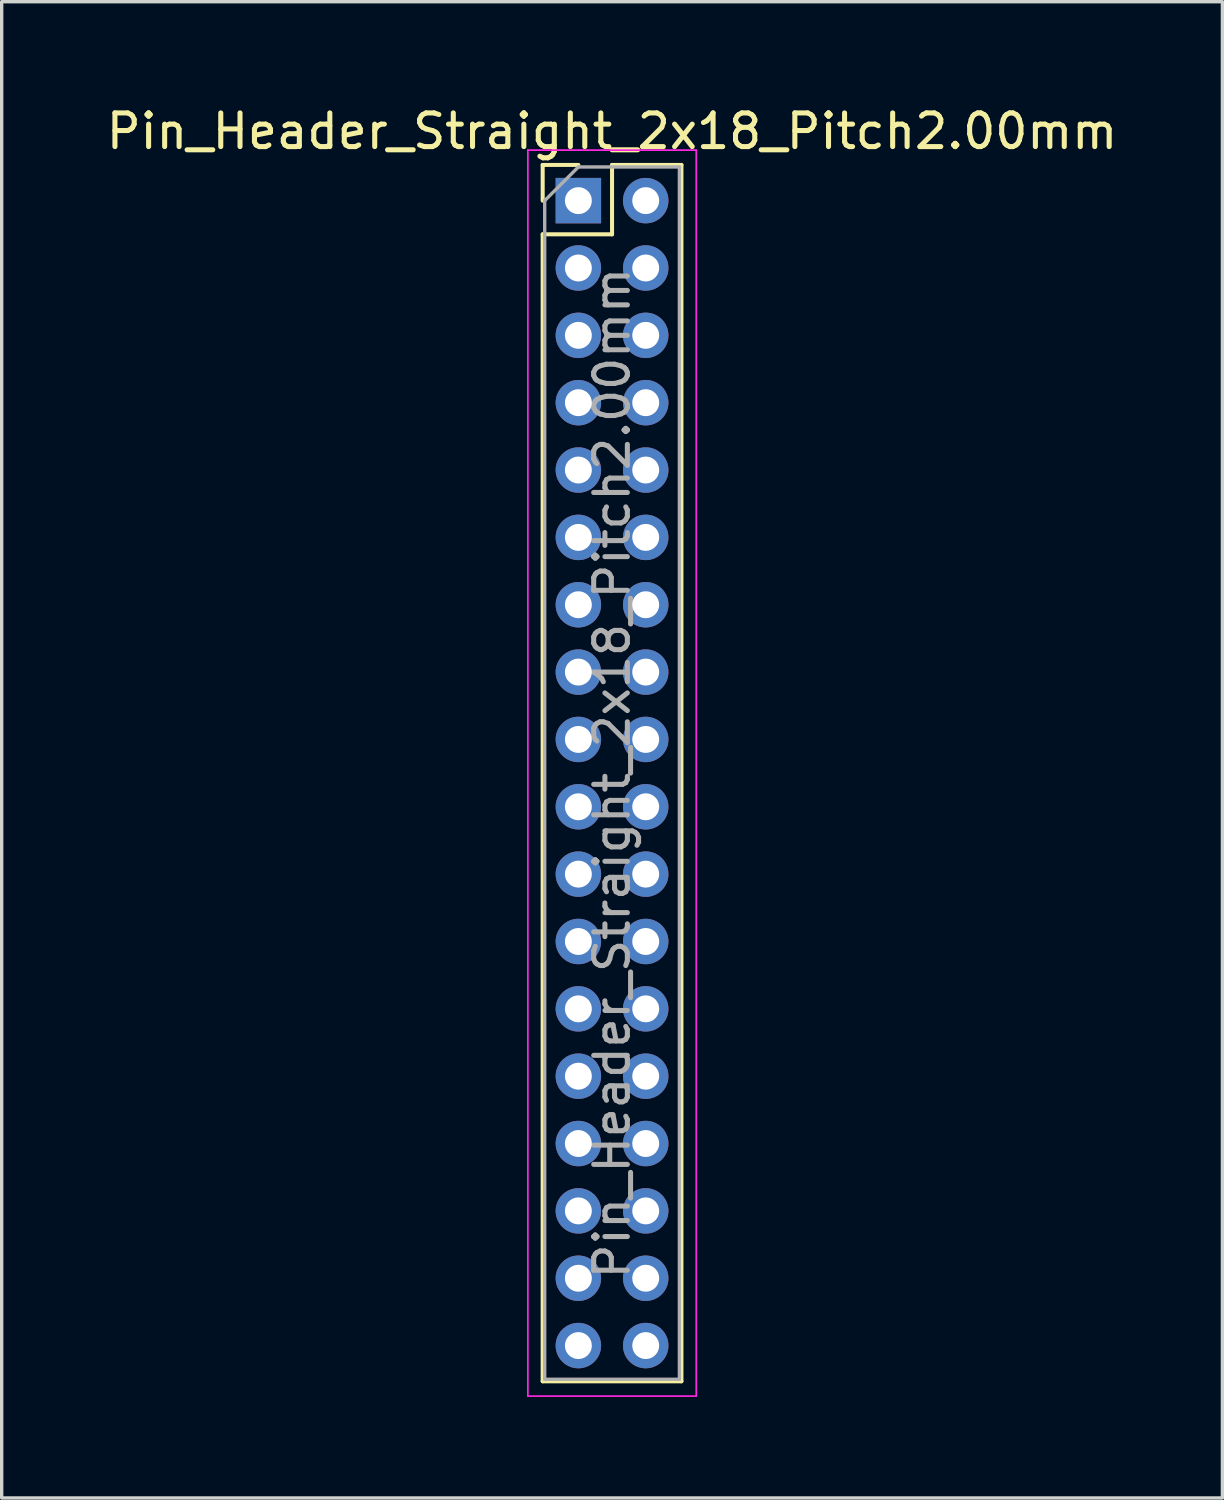
<source format=kicad_pcb>
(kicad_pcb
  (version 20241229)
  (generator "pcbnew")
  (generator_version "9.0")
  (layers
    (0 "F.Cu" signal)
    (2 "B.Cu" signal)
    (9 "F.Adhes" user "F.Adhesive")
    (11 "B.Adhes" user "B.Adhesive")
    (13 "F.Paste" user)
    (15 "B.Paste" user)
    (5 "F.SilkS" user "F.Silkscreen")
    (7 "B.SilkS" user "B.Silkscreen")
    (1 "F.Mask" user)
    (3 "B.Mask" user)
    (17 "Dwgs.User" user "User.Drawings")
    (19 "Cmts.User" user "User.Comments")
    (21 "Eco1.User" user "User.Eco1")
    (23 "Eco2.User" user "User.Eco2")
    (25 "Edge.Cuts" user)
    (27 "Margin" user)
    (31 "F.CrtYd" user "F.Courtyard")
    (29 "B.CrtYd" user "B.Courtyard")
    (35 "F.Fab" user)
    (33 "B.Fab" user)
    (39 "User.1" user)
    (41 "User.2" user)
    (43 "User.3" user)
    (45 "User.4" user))
  (footprint "Pin_Header_Straight_2x18_Pitch2.00mm"
    (layer "F.Cu")
    (at 14.125 2.908)
    (property "Reference" "Pin_Header_Straight_2x18_Pitch2.00mm" (at 1 -2.06 0) (layer "F.SilkS") (effects (font (size 1 1) (thickness 0.15))))
    (attr through_hole)
    (fp_line (start -1.06 -1.06) (end 0 -1.06) (stroke (width 0.12) (type solid)) (layer "F.SilkS"))
    (fp_line (start -1.06 0) (end -1.06 -1.06) (stroke (width 0.12) (type solid)) (layer "F.SilkS"))
    (fp_line (start -1.06 1) (end -1.06 35.06) (stroke (width 0.12) (type solid)) (layer "F.SilkS"))
    (fp_line (start -1.06 1) (end 1 1) (stroke (width 0.12) (type solid)) (layer "F.SilkS"))
    (fp_line (start -1.06 35.06) (end 3.06 35.06) (stroke (width 0.12) (type solid)) (layer "F.SilkS"))
    (fp_line (start 1 -1.06) (end 3.06 -1.06) (stroke (width 0.12) (type solid)) (layer "F.SilkS"))
    (fp_line (start 1 1) (end 1 -1.06) (stroke (width 0.12) (type solid)) (layer "F.SilkS"))
    (fp_line (start 3.06 -1.06) (end 3.06 35.06) (stroke (width 0.12) (type solid)) (layer "F.SilkS"))
    (fp_line (start -1.5 -1.5) (end -1.5 35.5) (stroke (width 0.05) (type solid)) (layer "F.CrtYd"))
    (fp_line (start -1.5 35.5) (end 3.5 35.5) (stroke (width 0.05) (type solid)) (layer "F.CrtYd"))
    (fp_line (start 3.5 -1.5) (end -1.5 -1.5) (stroke (width 0.05) (type solid)) (layer "F.CrtYd"))
    (fp_line (start 3.5 35.5) (end 3.5 -1.5) (stroke (width 0.05) (type solid)) (layer "F.CrtYd"))
    (fp_line (start -1 0) (end 0 -1) (stroke (width 0.1) (type solid)) (layer "F.Fab"))
    (fp_line (start -1 35) (end -1 0) (stroke (width 0.1) (type solid)) (layer "F.Fab"))
    (fp_line (start 0 -1) (end 3 -1) (stroke (width 0.1) (type solid)) (layer "F.Fab"))
    (fp_line (start 3 -1) (end 3 35) (stroke (width 0.1) (type solid)) (layer "F.Fab"))
    (fp_line (start 3 35) (end -1 35) (stroke (width 0.1) (type solid)) (layer "F.Fab"))
    (fp_text user "${REFERENCE}" (at 1 17 90) (layer "F.Fab") (effects (font (size 1 1) (thickness 0.15))))
    (pad "1" thru_hole rect (at 0 0) (size 1.35 1.35) (drill 0.8) (layers "*.Cu" "*.Mask"))
    (pad "2" thru_hole oval (at 2 0) (size 1.35 1.35) (drill 0.8) (layers "*.Cu" "*.Mask"))
    (pad "3" thru_hole oval (at 0 2) (size 1.35 1.35) (drill 0.8) (layers "*.Cu" "*.Mask"))
    (pad "4" thru_hole oval (at 2 2) (size 1.35 1.35) (drill 0.8) (layers "*.Cu" "*.Mask"))
    (pad "5" thru_hole oval (at 0 4) (size 1.35 1.35) (drill 0.8) (layers "*.Cu" "*.Mask"))
    (pad "6" thru_hole oval (at 2 4) (size 1.35 1.35) (drill 0.8) (layers "*.Cu" "*.Mask"))
    (pad "7" thru_hole oval (at 0 6) (size 1.35 1.35) (drill 0.8) (layers "*.Cu" "*.Mask"))
    (pad "8" thru_hole oval (at 2 6) (size 1.35 1.35) (drill 0.8) (layers "*.Cu" "*.Mask"))
    (pad "9" thru_hole oval (at 0 8) (size 1.35 1.35) (drill 0.8) (layers "*.Cu" "*.Mask"))
    (pad "10" thru_hole oval (at 2 8) (size 1.35 1.35) (drill 0.8) (layers "*.Cu" "*.Mask"))
    (pad "11" thru_hole oval (at 0 10) (size 1.35 1.35) (drill 0.8) (layers "*.Cu" "*.Mask"))
    (pad "12" thru_hole oval (at 2 10) (size 1.35 1.35) (drill 0.8) (layers "*.Cu" "*.Mask"))
    (pad "13" thru_hole oval (at 0 12) (size 1.35 1.35) (drill 0.8) (layers "*.Cu" "*.Mask"))
    (pad "14" thru_hole oval (at 2 12) (size 1.35 1.35) (drill 0.8) (layers "*.Cu" "*.Mask"))
    (pad "15" thru_hole oval (at 0 14) (size 1.35 1.35) (drill 0.8) (layers "*.Cu" "*.Mask"))
    (pad "16" thru_hole oval (at 2 14) (size 1.35 1.35) (drill 0.8) (layers "*.Cu" "*.Mask"))
    (pad "17" thru_hole oval (at 0 16) (size 1.35 1.35) (drill 0.8) (layers "*.Cu" "*.Mask"))
    (pad "18" thru_hole oval (at 2 16) (size 1.35 1.35) (drill 0.8) (layers "*.Cu" "*.Mask"))
    (pad "19" thru_hole oval (at 0 18) (size 1.35 1.35) (drill 0.8) (layers "*.Cu" "*.Mask"))
    (pad "20" thru_hole oval (at 2 18) (size 1.35 1.35) (drill 0.8) (layers "*.Cu" "*.Mask"))
    (pad "21" thru_hole oval (at 0 20) (size 1.35 1.35) (drill 0.8) (layers "*.Cu" "*.Mask"))
    (pad "22" thru_hole oval (at 2 20) (size 1.35 1.35) (drill 0.8) (layers "*.Cu" "*.Mask"))
    (pad "23" thru_hole oval (at 0 22) (size 1.35 1.35) (drill 0.8) (layers "*.Cu" "*.Mask"))
    (pad "24" thru_hole oval (at 2 22) (size 1.35 1.35) (drill 0.8) (layers "*.Cu" "*.Mask"))
    (pad "25" thru_hole oval (at 0 24) (size 1.35 1.35) (drill 0.8) (layers "*.Cu" "*.Mask"))
    (pad "26" thru_hole oval (at 2 24) (size 1.35 1.35) (drill 0.8) (layers "*.Cu" "*.Mask"))
    (pad "27" thru_hole oval (at 0 26) (size 1.35 1.35) (drill 0.8) (layers "*.Cu" "*.Mask"))
    (pad "28" thru_hole oval (at 2 26) (size 1.35 1.35) (drill 0.8) (layers "*.Cu" "*.Mask"))
    (pad "29" thru_hole oval (at 0 28) (size 1.35 1.35) (drill 0.8) (layers "*.Cu" "*.Mask"))
    (pad "30" thru_hole oval (at 2 28) (size 1.35 1.35) (drill 0.8) (layers "*.Cu" "*.Mask"))
    (pad "31" thru_hole oval (at 0 30) (size 1.35 1.35) (drill 0.8) (layers "*.Cu" "*.Mask"))
    (pad "32" thru_hole oval (at 2 30) (size 1.35 1.35) (drill 0.8) (layers "*.Cu" "*.Mask"))
    (pad "33" thru_hole oval (at 0 32) (size 1.35 1.35) (drill 0.8) (layers "*.Cu" "*.Mask"))
    (pad "34" thru_hole oval (at 2 32) (size 1.35 1.35) (drill 0.8) (layers "*.Cu" "*.Mask"))
    (pad "35" thru_hole oval (at 0 34) (size 1.35 1.35) (drill 0.8) (layers "*.Cu" "*.Mask"))
    (pad "36" thru_hole oval (at 2 34) (size 1.35 1.35) (drill 0.8) (layers "*.Cu" "*.Mask")))
  (gr_rect
    (start -3 -3)
    (end 33.25 41.433)
    (stroke (width 0.1) (type default))
    (fill no)
    (layer "Edge.Cuts")))
</source>
